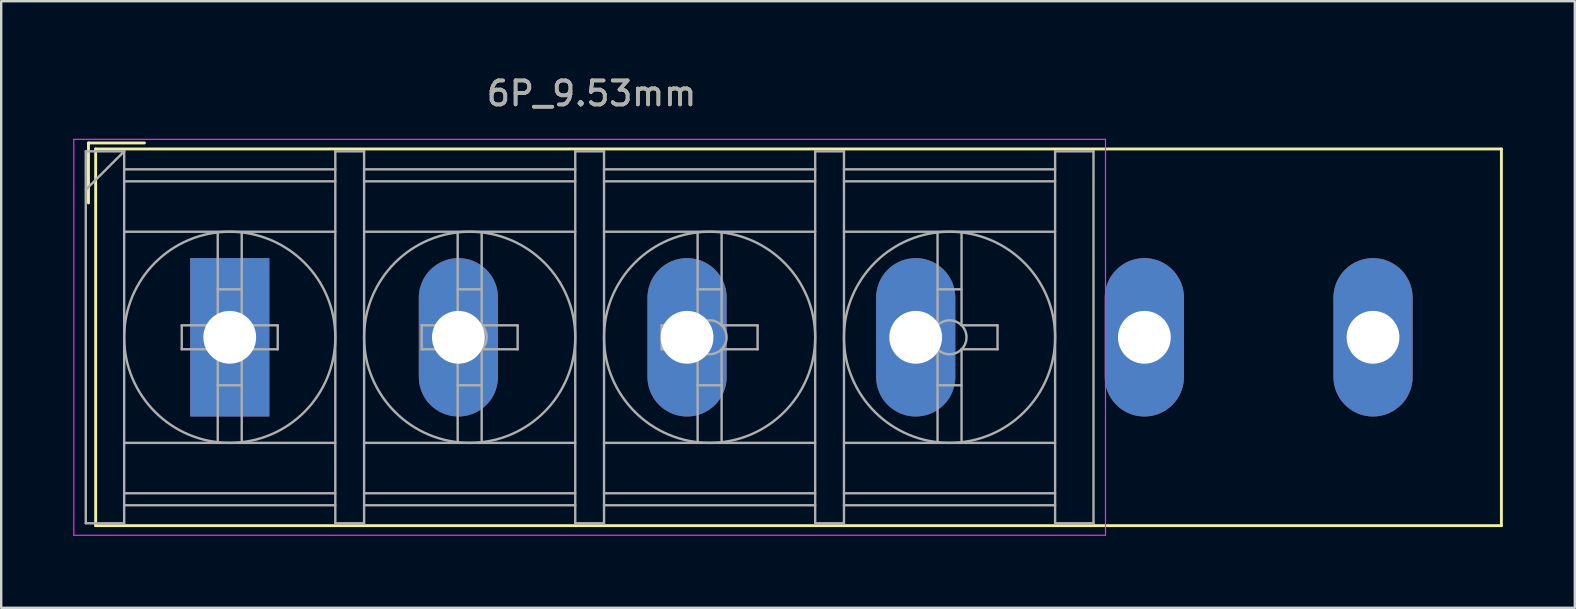
<source format=kicad_pcb>
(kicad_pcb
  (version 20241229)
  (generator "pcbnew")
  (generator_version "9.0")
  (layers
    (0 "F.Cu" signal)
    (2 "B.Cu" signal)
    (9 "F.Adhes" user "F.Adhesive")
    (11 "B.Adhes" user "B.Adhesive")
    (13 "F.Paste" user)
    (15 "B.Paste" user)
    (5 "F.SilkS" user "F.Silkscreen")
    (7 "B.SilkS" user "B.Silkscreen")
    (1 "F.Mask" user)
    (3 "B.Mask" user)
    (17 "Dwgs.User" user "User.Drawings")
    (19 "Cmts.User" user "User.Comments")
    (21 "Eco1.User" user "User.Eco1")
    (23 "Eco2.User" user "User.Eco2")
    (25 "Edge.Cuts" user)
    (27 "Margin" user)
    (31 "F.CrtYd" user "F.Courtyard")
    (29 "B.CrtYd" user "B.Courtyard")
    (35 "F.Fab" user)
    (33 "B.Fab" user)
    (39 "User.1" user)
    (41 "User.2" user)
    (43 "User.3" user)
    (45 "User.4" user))
  (footprint "6P_9.53mm"
    (layer "F.Cu")
    (at 6.525 11.008)
    (property "Reference" "6P_9.53mm" (at 15.08 -10.16 0) (layer "F.SilkS") (effects (font (size 1 1) (thickness 0.15))))
    (attr through_hole)
    (fp_line (start -5.888 -8.1) (end -3.556 -8.1) (stroke (width 0.12) (type solid)) (layer "F.SilkS"))
    (fp_line (start -5.888 -5.6) (end -5.888 -8.1) (stroke (width 0.12) (type solid)) (layer "F.SilkS"))
    (fp_line (start -5.588 -7.85) (end 53 -7.85) (stroke (width 0.12) (type solid)) (layer "F.SilkS"))
    (fp_line (start -5.588 7.85) (end -5.588 -7.85) (stroke (width 0.12) (type solid)) (layer "F.SilkS"))
    (fp_line (start -5.588 7.85) (end 53 7.85) (stroke (width 0.12) (type solid)) (layer "F.SilkS"))
    (fp_line (start 53 -7.85) (end 53 7.85) (stroke (width 0.12) (type solid)) (layer "F.SilkS"))
    (fp_line (start -6.5 -8.25) (end 36.5 -8.25) (stroke (width 0.05) (type solid)) (layer "F.CrtYd"))
    (fp_line (start -6.5 8.25) (end -6.5 -8.25) (stroke (width 0.05) (type solid)) (layer "F.CrtYd"))
    (fp_line (start -6.5 8.25) (end 36.5 8.25) (stroke (width 0.05) (type solid)) (layer "F.CrtYd"))
    (fp_line (start 36.5 -8.25) (end 36.5 8.25) (stroke (width 0.05) (type solid)) (layer "F.CrtYd"))
    (fp_line (start -6 -7.75) (end -6 7.75) (stroke (width 0.1) (type solid)) (layer "F.Fab"))
    (fp_line (start -6 -7.75) (end -4.4 -7.75) (stroke (width 0.1) (type solid)) (layer "F.Fab"))
    (fp_line (start -6 7.75) (end -4.4 7.75) (stroke (width 0.1) (type solid)) (layer "F.Fab"))
    (fp_line (start -4.4 -7.75) (end -6 -6.15) (stroke (width 0.1) (type solid)) (layer "F.Fab"))
    (fp_line (start -4.4 -7.75) (end -4.4 7.75) (stroke (width 0.1) (type solid)) (layer "F.Fab"))
    (fp_line (start -4.4 -7) (end 4.4 -7) (stroke (width 0.1) (type solid)) (layer "F.Fab"))
    (fp_line (start -4.4 -6.5) (end 4.4 -6.5) (stroke (width 0.1) (type solid)) (layer "F.Fab"))
    (fp_line (start -4.4 -4.4) (end 4.4 -4.4) (stroke (width 0.1) (type solid)) (layer "F.Fab"))
    (fp_line (start -4.4 4.4) (end 4.4 4.4) (stroke (width 0.1) (type solid)) (layer "F.Fab"))
    (fp_line (start -4.4 6.5) (end 4.4 6.5) (stroke (width 0.1) (type solid)) (layer "F.Fab"))
    (fp_line (start -4.4 7) (end 4.4 7) (stroke (width 0.1) (type solid)) (layer "F.Fab"))
    (fp_line (start -2 -0.5) (end -2 0.5) (stroke (width 0.1) (type solid)) (layer "F.Fab"))
    (fp_line (start -2 0.5) (end -0.5 0.5) (stroke (width 0.1) (type solid)) (layer "F.Fab"))
    (fp_line (start -0.5 -4.35) (end -0.5 -0.5) (stroke (width 0.1) (type solid)) (layer "F.Fab"))
    (fp_line (start -0.5 -2) (end 0.5 -2) (stroke (width 0.1) (type solid)) (layer "F.Fab"))
    (fp_line (start -0.5 -0.5) (end -2 -0.5) (stroke (width 0.1) (type solid)) (layer "F.Fab"))
    (fp_line (start -0.5 0.5) (end -0.5 4.35) (stroke (width 0.1) (type solid)) (layer "F.Fab"))
    (fp_line (start -0.5 2) (end 0.5 2) (stroke (width 0.1) (type solid)) (layer "F.Fab"))
    (fp_line (start 0.5 -4.35) (end 0.5 -0.5) (stroke (width 0.1) (type solid)) (layer "F.Fab"))
    (fp_line (start 0.5 -0.5) (end 2 -0.5) (stroke (width 0.1) (type solid)) (layer "F.Fab"))
    (fp_line (start 0.5 0.5) (end 0.5 4.35) (stroke (width 0.1) (type solid)) (layer "F.Fab"))
    (fp_line (start 2 -0.5) (end 2 0.5) (stroke (width 0.1) (type solid)) (layer "F.Fab"))
    (fp_line (start 2 0.5) (end 0.5 0.5) (stroke (width 0.1) (type solid)) (layer "F.Fab"))
    (fp_line (start 4.4 -7.75) (end 4.4 7.75) (stroke (width 0.1) (type solid)) (layer "F.Fab"))
    (fp_line (start 4.4 -7.75) (end 5.6 -7.75) (stroke (width 0.1) (type solid)) (layer "F.Fab"))
    (fp_line (start 4.4 7.75) (end 5.6 7.75) (stroke (width 0.1) (type solid)) (layer "F.Fab"))
    (fp_line (start 5.6 -7.75) (end 5.6 7.75) (stroke (width 0.1) (type solid)) (layer "F.Fab"))
    (fp_line (start 5.6 -7) (end 14.4 -7) (stroke (width 0.1) (type solid)) (layer "F.Fab"))
    (fp_line (start 5.6 -6.5) (end 14.4 -6.5) (stroke (width 0.1) (type solid)) (layer "F.Fab"))
    (fp_line (start 5.6 -4.4) (end 14.4 -4.4) (stroke (width 0.1) (type solid)) (layer "F.Fab"))
    (fp_line (start 5.6 4.4) (end 14.4 4.4) (stroke (width 0.1) (type solid)) (layer "F.Fab"))
    (fp_line (start 5.6 6.5) (end 14.4 6.5) (stroke (width 0.1) (type solid)) (layer "F.Fab"))
    (fp_line (start 5.6 7) (end 14.4 7) (stroke (width 0.1) (type solid)) (layer "F.Fab"))
    (fp_line (start 8 -0.5) (end 8 0.5) (stroke (width 0.1) (type solid)) (layer "F.Fab"))
    (fp_line (start 8 0.5) (end 9.5 0.5) (stroke (width 0.1) (type solid)) (layer "F.Fab"))
    (fp_line (start 9.5 -4.35) (end 9.5 -0.5) (stroke (width 0.1) (type solid)) (layer "F.Fab"))
    (fp_line (start 9.5 -2) (end 10.5 -2) (stroke (width 0.1) (type solid)) (layer "F.Fab"))
    (fp_line (start 9.5 -0.5) (end 8 -0.5) (stroke (width 0.1) (type solid)) (layer "F.Fab"))
    (fp_line (start 9.5 0.5) (end 9.5 4.35) (stroke (width 0.1) (type solid)) (layer "F.Fab"))
    (fp_line (start 9.5 2) (end 10.5 2) (stroke (width 0.1) (type solid)) (layer "F.Fab"))
    (fp_line (start 10.5 -4.35) (end 10.5 -0.5) (stroke (width 0.1) (type solid)) (layer "F.Fab"))
    (fp_line (start 10.5 -0.5) (end 12 -0.5) (stroke (width 0.1) (type solid)) (layer "F.Fab"))
    (fp_line (start 10.5 0.5) (end 10.5 4.35) (stroke (width 0.1) (type solid)) (layer "F.Fab"))
    (fp_line (start 12 -0.5) (end 12 0.5) (stroke (width 0.1) (type solid)) (layer "F.Fab"))
    (fp_line (start 12 0.5) (end 10.5 0.5) (stroke (width 0.1) (type solid)) (layer "F.Fab"))
    (fp_line (start 14.4 -7.75) (end 14.4 7.75) (stroke (width 0.1) (type solid)) (layer "F.Fab"))
    (fp_line (start 14.4 -7.75) (end 15.6 -7.75) (stroke (width 0.1) (type solid)) (layer "F.Fab"))
    (fp_line (start 14.4 7.75) (end 15.6 7.75) (stroke (width 0.1) (type solid)) (layer "F.Fab"))
    (fp_line (start 15.6 -7.75) (end 15.6 7.75) (stroke (width 0.1) (type solid)) (layer "F.Fab"))
    (fp_line (start 15.6 -7) (end 24.4 -7) (stroke (width 0.1) (type solid)) (layer "F.Fab"))
    (fp_line (start 15.6 -6.5) (end 24.4 -6.5) (stroke (width 0.1) (type solid)) (layer "F.Fab"))
    (fp_line (start 15.6 -4.4) (end 24.4 -4.4) (stroke (width 0.1) (type solid)) (layer "F.Fab"))
    (fp_line (start 15.6 4.4) (end 24.4 4.4) (stroke (width 0.1) (type solid)) (layer "F.Fab"))
    (fp_line (start 15.6 6.5) (end 24.4 6.5) (stroke (width 0.1) (type solid)) (layer "F.Fab"))
    (fp_line (start 15.6 7) (end 24.4 7) (stroke (width 0.1) (type solid)) (layer "F.Fab"))
    (fp_line (start 18 -0.5) (end 18 0.5) (stroke (width 0.1) (type solid)) (layer "F.Fab"))
    (fp_line (start 18 0.5) (end 19.5 0.5) (stroke (width 0.1) (type solid)) (layer "F.Fab"))
    (fp_line (start 19.5 -4.35) (end 19.5 -0.5) (stroke (width 0.1) (type solid)) (layer "F.Fab"))
    (fp_line (start 19.5 -2) (end 20.5 -2) (stroke (width 0.1) (type solid)) (layer "F.Fab"))
    (fp_line (start 19.5 -0.5) (end 18 -0.5) (stroke (width 0.1) (type solid)) (layer "F.Fab"))
    (fp_line (start 19.5 0.5) (end 19.5 4.35) (stroke (width 0.1) (type solid)) (layer "F.Fab"))
    (fp_line (start 19.5 2) (end 20.5 2) (stroke (width 0.1) (type solid)) (layer "F.Fab"))
    (fp_line (start 20.5 -4.35) (end 20.5 -0.5) (stroke (width 0.1) (type solid)) (layer "F.Fab"))
    (fp_line (start 20.5 -0.5) (end 22 -0.5) (stroke (width 0.1) (type solid)) (layer "F.Fab"))
    (fp_line (start 20.5 0.5) (end 20.5 4.35) (stroke (width 0.1) (type solid)) (layer "F.Fab"))
    (fp_line (start 22 -0.5) (end 22 0.5) (stroke (width 0.1) (type solid)) (layer "F.Fab"))
    (fp_line (start 22 0.5) (end 20.5 0.5) (stroke (width 0.1) (type solid)) (layer "F.Fab"))
    (fp_line (start 24.4 -7.75) (end 24.4 7.75) (stroke (width 0.1) (type solid)) (layer "F.Fab"))
    (fp_line (start 24.4 -7.75) (end 25.6 -7.75) (stroke (width 0.1) (type solid)) (layer "F.Fab"))
    (fp_line (start 24.4 7.75) (end 25.6 7.75) (stroke (width 0.1) (type solid)) (layer "F.Fab"))
    (fp_line (start 25.6 -7.75) (end 25.6 7.75) (stroke (width 0.1) (type solid)) (layer "F.Fab"))
    (fp_line (start 25.6 -7) (end 34.4 -7) (stroke (width 0.1) (type solid)) (layer "F.Fab"))
    (fp_line (start 25.6 -6.5) (end 34.4 -6.5) (stroke (width 0.1) (type solid)) (layer "F.Fab"))
    (fp_line (start 25.6 -4.4) (end 34.4 -4.4) (stroke (width 0.1) (type solid)) (layer "F.Fab"))
    (fp_line (start 25.6 4.4) (end 34.4 4.4) (stroke (width 0.1) (type solid)) (layer "F.Fab"))
    (fp_line (start 25.6 6.5) (end 34.4 6.5) (stroke (width 0.1) (type solid)) (layer "F.Fab"))
    (fp_line (start 25.6 7) (end 34.4 7) (stroke (width 0.1) (type solid)) (layer "F.Fab"))
    (fp_line (start 28 -0.5) (end 28 0.5) (stroke (width 0.1) (type solid)) (layer "F.Fab"))
    (fp_line (start 28 0.5) (end 29.5 0.5) (stroke (width 0.1) (type solid)) (layer "F.Fab"))
    (fp_line (start 29.5 -4.35) (end 29.5 -0.5) (stroke (width 0.1) (type solid)) (layer "F.Fab"))
    (fp_line (start 29.5 -2) (end 30.5 -2) (stroke (width 0.1) (type solid)) (layer "F.Fab"))
    (fp_line (start 29.5 -0.5) (end 28 -0.5) (stroke (width 0.1) (type solid)) (layer "F.Fab"))
    (fp_line (start 29.5 0.5) (end 29.5 4.35) (stroke (width 0.1) (type solid)) (layer "F.Fab"))
    (fp_line (start 29.5 2) (end 30.5 2) (stroke (width 0.1) (type solid)) (layer "F.Fab"))
    (fp_line (start 30.5 -4.35) (end 30.5 -0.5) (stroke (width 0.1) (type solid)) (layer "F.Fab"))
    (fp_line (start 30.5 -0.5) (end 32 -0.5) (stroke (width 0.1) (type solid)) (layer "F.Fab"))
    (fp_line (start 30.5 0.5) (end 30.5 4.35) (stroke (width 0.1) (type solid)) (layer "F.Fab"))
    (fp_line (start 32 -0.5) (end 32 0.5) (stroke (width 0.1) (type solid)) (layer "F.Fab"))
    (fp_line (start 32 0.5) (end 30.5 0.5) (stroke (width 0.1) (type solid)) (layer "F.Fab"))
    (fp_line (start 34.4 -7.75) (end 34.4 7.75) (stroke (width 0.1) (type solid)) (layer "F.Fab"))
    (fp_line (start 34.4 -7.75) (end 36 -7.75) (stroke (width 0.1) (type solid)) (layer "F.Fab"))
    (fp_line (start 34.4 7.75) (end 36 7.75) (stroke (width 0.1) (type solid)) (layer "F.Fab"))
    (fp_line (start 36 -7.75) (end 36 7.75) (stroke (width 0.1) (type solid)) (layer "F.Fab"))
    (fp_circle (center 0 0) (end 0.5 0.5) (stroke (width 0.1) (type solid)) (fill no) (layer "F.Fab"))
    (fp_circle (center 0 0) (end 4.4 0) (stroke (width 0.1) (type solid)) (fill no) (layer "F.Fab"))
    (fp_circle (center 10 0) (end 10.5 0.5) (stroke (width 0.1) (type solid)) (fill no) (layer "F.Fab"))
    (fp_circle (center 10 0) (end 14.4 0) (stroke (width 0.1) (type solid)) (fill no) (layer "F.Fab"))
    (fp_circle (center 20 0) (end 20.5 0.5) (stroke (width 0.1) (type solid)) (fill no) (layer "F.Fab"))
    (fp_circle (center 20 0) (end 24.4 0) (stroke (width 0.1) (type solid)) (fill no) (layer "F.Fab"))
    (fp_circle (center 30 0) (end 30.5 0.5) (stroke (width 0.1) (type solid)) (fill no) (layer "F.Fab"))
    (fp_circle (center 30 0) (end 34.4 0) (stroke (width 0.1) (type solid)) (fill no) (layer "F.Fab"))
    (fp_text user "${REFERENCE}" (at 15.08 -10.16 0) (layer "F.Fab") (effects (font (size 1 1) (thickness 0.15))))
    (pad "1" thru_hole rect (at 0 0) (size 3.3 6.6) (drill 2.2) (layers "*.Cu" "*.Mask"))
    (pad "2" thru_hole oval (at 9.53 0) (size 3.3 6.6) (drill 2.2) (layers "*.Cu" "*.Mask"))
    (pad "3" thru_hole oval (at 19.06 0) (size 3.3 6.6) (drill 2.2) (layers "*.Cu" "*.Mask"))
    (pad "4" thru_hole oval (at 28.59 0) (size 3.3 6.6) (drill 2.2) (layers "*.Cu" "*.Mask"))
    (pad "5" thru_hole oval (at 38.12 0) (size 3.3 6.6) (drill 2.2) (layers "*.Cu" "*.Mask"))
    (pad "6" thru_hole oval (at 47.65 0) (size 3.3 6.6) (drill 2.2) (layers "*.Cu" "*.Mask")))
  (gr_rect
    (start -3 -3)
    (end 62.585 22.283)
    (stroke (width 0.1) (type default))
    (fill no)
    (layer "Edge.Cuts")))
</source>
